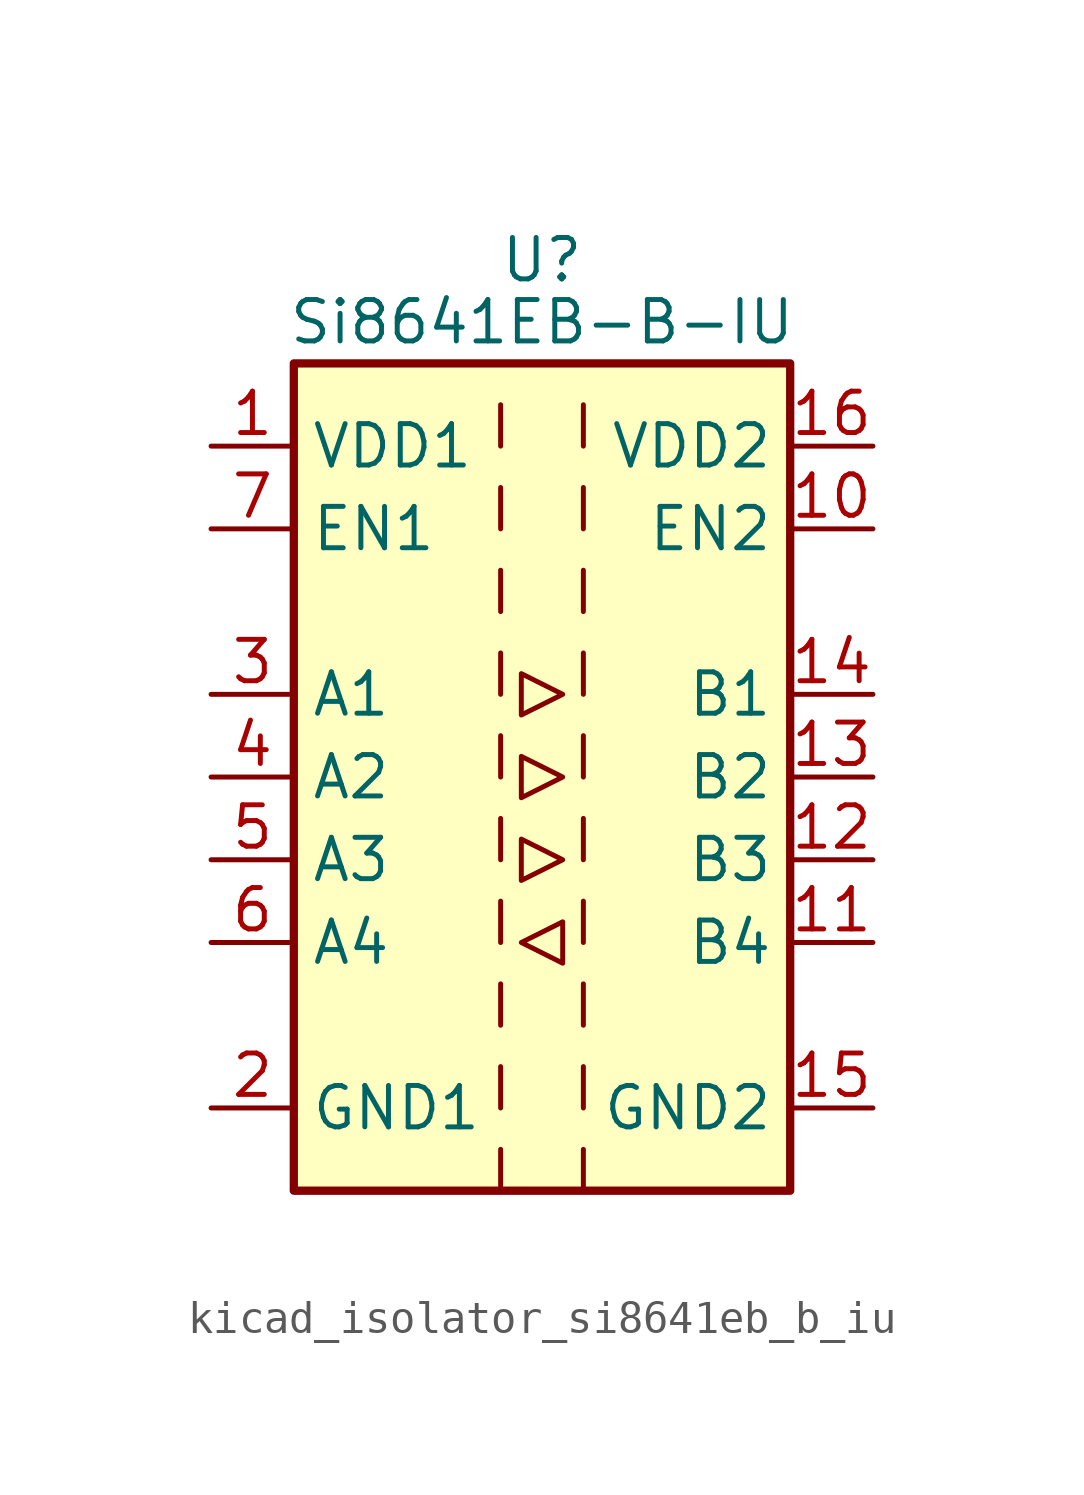
<source format=kicad_sym>
(kicad_symbol_lib
  (version 20220914)
  (generator kicad_symbol_editor)
  (symbol "kicad_isolator_si8641eb_b_iu"
    (property "Reference" "U"
      (at 0 15.875 0)
      (effects (font (size 1.27 1.27))))
    (property "Value" "Si8641EB-B-IU"
      (at 0 13.97 0)
      (effects (font (size 1.27 1.27))))
    (symbol "kicad_isolator_si8641eb_b_iu_0_1"
      (rectangle (start -7.62 12.7) (end 7.62 -12.7) (stroke (width 0.254) (type default)) (fill (type background)))
      (polyline (pts (xy -1.27 -11.43) (xy -1.27 -12.7)) (stroke (width 0) (type default)) (fill (type none)))
      (polyline (pts (xy -1.27 -8.89) (xy -1.27 -10.16)) (stroke (width 0) (type default)) (fill (type none)))
      (polyline (pts (xy -1.27 -6.35) (xy -1.27 -7.62)) (stroke (width 0) (type default)) (fill (type none)))
      (polyline (pts (xy -1.27 -3.81) (xy -1.27 -5.08)) (stroke (width 0) (type default)) (fill (type none)))
      (polyline (pts (xy -1.27 -1.27) (xy -1.27 -2.54)) (stroke (width 0) (type default)) (fill (type none)))
      (polyline (pts (xy -1.27 1.27) (xy -1.27 0)) (stroke (width 0) (type default)) (fill (type none)))
      (polyline (pts (xy -1.27 3.81) (xy -1.27 2.54)) (stroke (width 0) (type default)) (fill (type none)))
      (polyline (pts (xy -1.27 6.35) (xy -1.27 5.08)) (stroke (width 0) (type default)) (fill (type none)))
      (polyline (pts (xy -1.27 8.89) (xy -1.27 7.62)) (stroke (width 0) (type default)) (fill (type none)))
      (polyline (pts (xy -1.27 11.43) (xy -1.27 10.16)) (stroke (width 0) (type default)) (fill (type none)))
      (polyline (pts (xy 1.27 -11.43) (xy 1.27 -12.7)) (stroke (width 0) (type default)) (fill (type none)))
      (polyline (pts (xy 1.27 -8.89) (xy 1.27 -10.16)) (stroke (width 0) (type default)) (fill (type none)))
      (polyline (pts (xy 1.27 -6.35) (xy 1.27 -7.62)) (stroke (width 0) (type default)) (fill (type none)))
      (polyline (pts (xy 1.27 -3.81) (xy 1.27 -5.08)) (stroke (width 0) (type default)) (fill (type none)))
      (polyline (pts (xy 1.27 -1.27) (xy 1.27 -2.54)) (stroke (width 0) (type default)) (fill (type none)))
      (polyline (pts (xy 1.27 1.27) (xy 1.27 0)) (stroke (width 0) (type default)) (fill (type none)))
      (polyline (pts (xy 1.27 3.81) (xy 1.27 2.54)) (stroke (width 0) (type default)) (fill (type none)))
      (polyline (pts (xy 1.27 6.35) (xy 1.27 5.08)) (stroke (width 0) (type default)) (fill (type none)))
      (polyline (pts (xy 1.27 8.89) (xy 1.27 7.62)) (stroke (width 0) (type default)) (fill (type none)))
      (polyline (pts (xy 1.27 11.43) (xy 1.27 10.16)) (stroke (width 0) (type default)) (fill (type none)))
      (polyline (pts (xy -0.635 -5.08) (xy 0.635 -4.445) (xy 0.635 -5.715) (xy -0.635 -5.08)) (stroke (width 0) (type default)) (fill (type none)))
      (polyline (pts (xy -0.635 0.635) (xy -0.635 -0.635) (xy 0.635 0) (xy -0.635 0.635)) (stroke (width 0) (type default)) (fill (type none)))
      (polyline (pts (xy -0.635 3.175) (xy -0.635 1.905) (xy 0.635 2.54) (xy -0.635 3.175)) (stroke (width 0) (type default)) (fill (type none)))
      (polyline (pts (xy 0.635 -2.54) (xy -0.635 -1.905) (xy -0.635 -3.175) (xy 0.635 -2.54)) (stroke (width 0) (type default)) (fill (type none))))
    (symbol "kicad_isolator_si8641eb_b_iu_1_1"
      (pin power_in line (at -10.16 10.16 0) (length 2.54) (name "VDD1" (effects (font (size 1.27 1.27)))) (number "1" (effects (font (size 1.27 1.27)))))
      (pin input line (at 10.16 7.62 180) (length 2.54) (name "EN2" (effects (font (size 1.27 1.27)))) (number "10" (effects (font (size 1.27 1.27)))))
      (pin input line (at 10.16 -5.08 180) (length 2.54) (name "B4" (effects (font (size 1.27 1.27)))) (number "11" (effects (font (size 1.27 1.27)))))
      (pin output line (at 10.16 -2.54 180) (length 2.54) (name "B3" (effects (font (size 1.27 1.27)))) (number "12" (effects (font (size 1.27 1.27)))))
      (pin output line (at 10.16 0 180) (length 2.54) (name "B2" (effects (font (size 1.27 1.27)))) (number "13" (effects (font (size 1.27 1.27)))))
      (pin output line (at 10.16 2.54 180) (length 2.54) (name "B1" (effects (font (size 1.27 1.27)))) (number "14" (effects (font (size 1.27 1.27)))))
      (pin power_in line (at 10.16 -10.16 180) (length 2.54) (name "GND2" (effects (font (size 1.27 1.27)))) (number "15" (effects (font (size 1.27 1.27)))))
      (pin power_in line (at 10.16 10.16 180) (length 2.54) (name "VDD2" (effects (font (size 1.27 1.27)))) (number "16" (effects (font (size 1.27 1.27)))))
      (pin power_in line (at -10.16 -10.16 0) (length 2.54) (name "GND1" (effects (font (size 1.27 1.27)))) (number "2" (effects (font (size 1.27 1.27)))))
      (pin input line (at -10.16 2.54 0) (length 2.54) (name "A1" (effects (font (size 1.27 1.27)))) (number "3" (effects (font (size 1.27 1.27)))))
      (pin input line (at -10.16 0 0) (length 2.54) (name "A2" (effects (font (size 1.27 1.27)))) (number "4" (effects (font (size 1.27 1.27)))))
      (pin input line (at -10.16 -2.54 0) (length 2.54) (name "A3" (effects (font (size 1.27 1.27)))) (number "5" (effects (font (size 1.27 1.27)))))
      (pin output line (at -10.16 -5.08 0) (length 2.54) (name "A4" (effects (font (size 1.27 1.27)))) (number "6" (effects (font (size 1.27 1.27)))))
      (pin input line (at -10.16 7.62 0) (length 2.54) (name "EN1" (effects (font (size 1.27 1.27)))) (number "7" (effects (font (size 1.27 1.27)))))
      (pin passive line (at -10.16 -10.16 0) (length 2.54) hide (name "GND1" (effects (font (size 1.27 1.27)))) (number "8" (effects (font (size 1.27 1.27)))))
      (pin passive line (at 10.16 -10.16 180) (length 2.54) hide (name "GND2" (effects (font (size 1.27 1.27)))) (number "9" (effects (font (size 1.27 1.27))))))))
</source>
